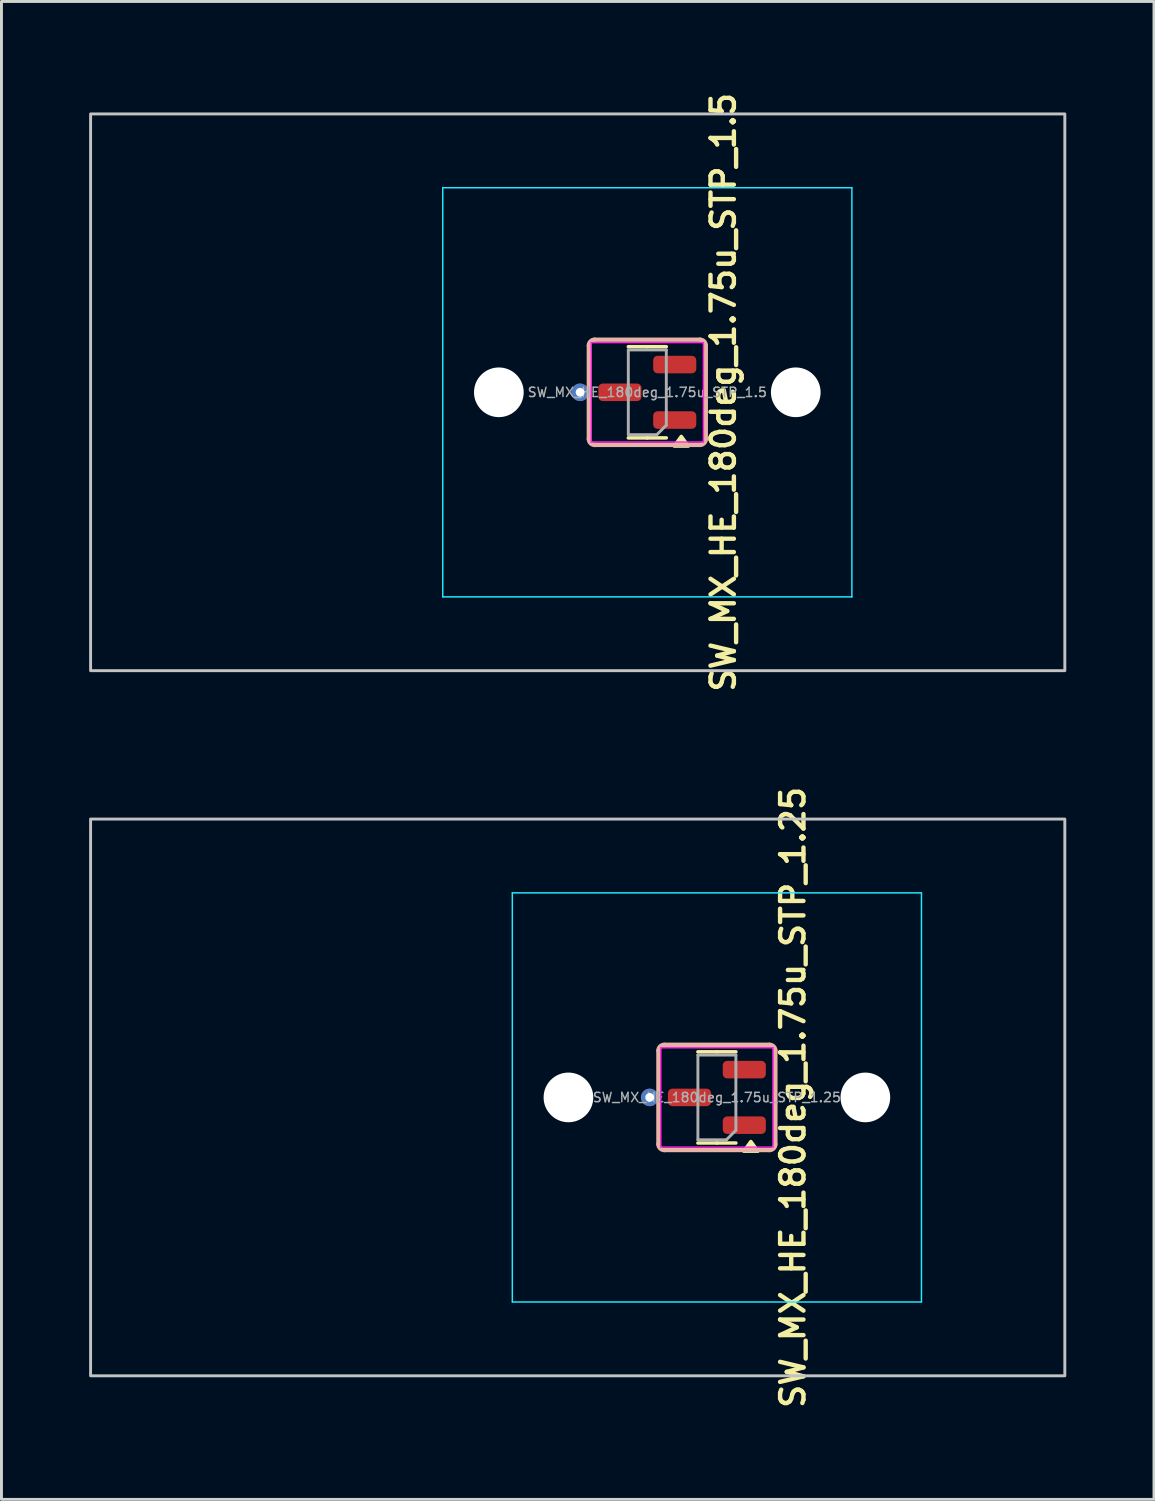
<source format=kicad_pcb>
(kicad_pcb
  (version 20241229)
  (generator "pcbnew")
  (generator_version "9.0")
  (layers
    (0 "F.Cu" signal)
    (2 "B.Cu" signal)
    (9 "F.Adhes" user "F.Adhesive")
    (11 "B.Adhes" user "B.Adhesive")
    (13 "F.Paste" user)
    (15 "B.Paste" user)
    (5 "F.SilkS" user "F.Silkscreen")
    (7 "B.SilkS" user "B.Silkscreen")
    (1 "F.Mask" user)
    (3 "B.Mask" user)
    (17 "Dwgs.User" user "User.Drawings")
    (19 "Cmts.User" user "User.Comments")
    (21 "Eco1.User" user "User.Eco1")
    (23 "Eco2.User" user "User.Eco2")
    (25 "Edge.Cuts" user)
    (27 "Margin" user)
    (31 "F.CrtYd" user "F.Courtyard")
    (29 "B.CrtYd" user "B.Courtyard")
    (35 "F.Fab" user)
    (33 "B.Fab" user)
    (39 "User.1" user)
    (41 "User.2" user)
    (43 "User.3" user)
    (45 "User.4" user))
  (footprint "SW_MX_HE_180deg_1.75u_STP_1.25"
    (layer "F.Cu")
    (at 21.481 34.502)
    (property "Reference" "SW_MX_HE_180deg_1.75u_STP_1.25" (at 2.6 0 90) (layer "F.SilkS") (effects (font (size 0.8 0.8) (thickness 0.15))))
    (attr smd)
    (fp_line (start 0 -1.56) (end -0.65 -1.56) (stroke (width 0.12) (type solid)) (layer "F.SilkS"))
    (fp_line (start 0 -1.56) (end 0.65 -1.56) (stroke (width 0.12) (type solid)) (layer "F.SilkS"))
    (fp_line (start 0 1.56) (end -0.65 1.56) (stroke (width 0.12) (type solid)) (layer "F.SilkS"))
    (fp_line (start 0 1.56) (end 0.65 1.56) (stroke (width 0.12) (type solid)) (layer "F.SilkS"))
    (fp_poly (pts (xy 1.163 1.51) (xy 1.403 1.84) (xy 0.922 1.84) (xy 1.163 1.51)) (stroke (width 0.12) (type solid)) (fill yes) (layer "F.SilkS"))
    (fp_line (start -2 -1.6) (end -2 1.6) (stroke (width 0.15) (type default)) (layer "B.SilkS"))
    (fp_line (start -1.8 1.8) (end 1.8 1.8) (stroke (width 0.15) (type default)) (layer "B.SilkS"))
    (fp_line (start 1.8 -1.8) (end -1.8 -1.8) (stroke (width 0.15) (type default)) (layer "B.SilkS"))
    (fp_line (start 2 1.6) (end 2 -1.6) (stroke (width 0.15) (type default)) (layer "B.SilkS"))
    (fp_arc (start -2 -1.6) (mid -1.941421 -1.741421) (end -1.8 -1.8) (stroke (width 0.15) (type default)) (layer "B.SilkS"))
    (fp_arc (start -1.8 1.8) (mid -1.941421 1.741421) (end -2 1.6) (stroke (width 0.15) (type default)) (layer "B.SilkS"))
    (fp_arc (start 1.8 -1.8) (mid 1.941421 -1.741421) (end 2 -1.6) (stroke (width 0.15) (type default)) (layer "B.SilkS"))
    (fp_arc (start 2 1.6) (mid 1.941421 1.741421) (end 1.8 1.8) (stroke (width 0.15) (type default)) (layer "B.SilkS"))
    (fp_rect (start -21.431 -9.525) (end 11.906 9.525) (stroke (width 0.1) (type default)) (fill no) (layer "Dwgs.User"))
    (fp_line (start -7 6.5) (end -7 -6.5) (stroke (width 0.05) (type solid)) (layer "Eco2.User"))
    (fp_line (start -6.5 -7) (end 6.5 -7) (stroke (width 0.05) (type solid)) (layer "Eco2.User"))
    (fp_line (start 6.5 7) (end -6.5 7) (stroke (width 0.05) (type solid)) (layer "Eco2.User"))
    (fp_line (start 7 -6.5) (end 7 6.5) (stroke (width 0.05) (type solid)) (layer "Eco2.User"))
    (fp_arc (start -7 -6.5) (mid -6.853553 -6.853553) (end -6.5 -7) (stroke (width 0.05) (type solid)) (layer "Eco2.User"))
    (fp_arc (start -6.5 7) (mid -6.853553 6.853553) (end -7 6.5) (stroke (width 0.05) (type solid)) (layer "Eco2.User"))
    (fp_arc (start 6.5 -7) (mid 6.853553 -6.853553) (end 7 -6.5) (stroke (width 0.05) (type solid)) (layer "Eco2.User"))
    (fp_arc (start 6.997236 6.498884) (mid 6.850789 6.852437) (end 6.497236 6.998884) (stroke (width 0.05) (type solid)) (layer "Eco2.User"))
    (fp_line (start -7 -7) (end -7 7) (stroke (width 0.05) (type solid)) (layer "B.CrtYd"))
    (fp_line (start -7 7) (end 7 7) (stroke (width 0.05) (type solid)) (layer "B.CrtYd"))
    (fp_line (start 7 -7) (end -7 -7) (stroke (width 0.05) (type solid)) (layer "B.CrtYd"))
    (fp_line (start 7 7) (end 7 -7) (stroke (width 0.05) (type solid)) (layer "B.CrtYd"))
    (fp_line (start -1.92 -1.7) (end -1.92 1.7) (stroke (width 0.05) (type solid)) (layer "F.CrtYd"))
    (fp_line (start -1.92 1.7) (end 1.92 1.7) (stroke (width 0.05) (type solid)) (layer "F.CrtYd"))
    (fp_line (start 1.92 -1.7) (end -1.92 -1.7) (stroke (width 0.05) (type solid)) (layer "F.CrtYd"))
    (fp_line (start 1.92 1.7) (end 1.92 -1.7) (stroke (width 0.05) (type solid)) (layer "F.CrtYd"))
    (fp_line (start -0.65 -1.45) (end 0.65 -1.45) (stroke (width 0.1) (type solid)) (layer "F.Fab"))
    (fp_line (start -0.65 1.45) (end -0.65 -1.45) (stroke (width 0.1) (type solid)) (layer "F.Fab"))
    (fp_line (start 0.325 1.45) (end -0.65 1.45) (stroke (width 0.1) (type solid)) (layer "F.Fab"))
    (fp_line (start 0.65 -1.45) (end 0.65 1.125) (stroke (width 0.1) (type solid)) (layer "F.Fab"))
    (fp_line (start 0.65 1.125) (end 0.325 1.45) (stroke (width 0.1) (type solid)) (layer "F.Fab"))
    (fp_text user "${REFERENCE}" (at 0 0 180) (layer "F.Fab") (effects (font (size 0.32 0.32) (thickness 0.05))))
    (pad "" np_thru_hole circle (at -5.08 0) (size 1.7 1.7) (drill 1.7) (layers "*.Cu" "*.Mask"))
    (pad "" np_thru_hole circle (at 5.08 0) (size 1.7 1.7) (drill 1.7) (layers "*.Cu" "*.Mask"))
    (pad "1" smd roundrect (at 0.938 0.95 180) (size 1.475 0.6) (layers "F.Cu" "F.Mask" "F.Paste") (roundrect_rratio 0.25))
    (pad "2" smd roundrect (at 0.938 -0.95 180) (size 1.475 0.6) (layers "F.Cu" "F.Mask" "F.Paste") (roundrect_rratio 0.25))
    (pad "3" thru_hole circle (at -2.3 0 180) (size 0.6 0.6) (drill 0.3) (layers "*.Cu"))
    (pad "3" smd roundrect (at -0.938 0 180) (size 1.475 0.6) (layers "F.Cu" "F.Mask" "F.Paste") (roundrect_rratio 0.25))
    (zone (net_name "") (layer "F.Cu") (name "HE keepout_bot") (hatch edge 0.5) (connect_pads) (min_thickness 0.25) (filled_areas_thickness no) (keepout (tracks allowed) (vias allowed) (pads allowed) (copperpour not_allowed) (footprints allowed)) (placement (enabled no)) (fill) (polygon (pts (arc (start 19.48125 36.101675) (mid 19.539829 36.243096) (end 19.68125 36.301675)) (arc (start 23.28125 36.301675) (mid 23.422671 36.243096) (end 23.48125 36.101675)) (arc (start 23.48125 32.901675) (mid 23.422671 32.760254) (end 23.28125 32.701675)) (arc (start 19.68125 32.701675) (mid 19.539829 32.760254) (end 19.48125 32.901675)) (arc (start 19.48125 34.001675) (mid 19.539829 34.143096) (end 19.68125 34.201675)) (arc (start 21.08125 34.201675) (mid 21.222671 34.260254) (end 21.28125 34.401675)) (arc (start 21.28125 34.601675) (mid 21.222671 34.743096) (end 21.08125 34.801675)) (arc (start 19.68125 34.801675) (mid 19.539829 34.860254) (end 19.48125 35.001675)))))
    (zone (net_name "") (layer "In1.Cu") (name "HE keepout_top") (hatch edge 0.5) (connect_pads) (min_thickness 0.25) (filled_areas_thickness no) (keepout (tracks allowed) (vias allowed) (pads allowed) (copperpour not_allowed) (footprints allowed)) (placement (enabled no)) (fill) (polygon (pts (arc (start 19.48125 36.101675) (mid 19.539829 36.243096) (end 19.68125 36.301675)) (arc (start 23.28125 36.301675) (mid 23.422671 36.243096) (end 23.48125 36.101675)) (arc (start 23.48125 32.901675) (mid 23.422671 32.760254) (end 23.28125 32.701675)) (arc (start 19.68125 32.701675) (mid 19.539829 32.760254) (end 19.48125 32.901675))))))
  (footprint "SW_MX_HE_180deg_1.75u_STP_1.5"
    (layer "F.Cu")
    (at 19.1 10.374)
    (property "Reference" "SW_MX_HE_180deg_1.75u_STP_1.5" (at 2.6 0 90) (layer "F.SilkS") (effects (font (size 0.8 0.8) (thickness 0.15))))
    (attr smd)
    (fp_line (start 0 -1.56) (end -0.65 -1.56) (stroke (width 0.12) (type solid)) (layer "F.SilkS"))
    (fp_line (start 0 -1.56) (end 0.65 -1.56) (stroke (width 0.12) (type solid)) (layer "F.SilkS"))
    (fp_line (start 0 1.56) (end -0.65 1.56) (stroke (width 0.12) (type solid)) (layer "F.SilkS"))
    (fp_line (start 0 1.56) (end 0.65 1.56) (stroke (width 0.12) (type solid)) (layer "F.SilkS"))
    (fp_poly (pts (xy 1.163 1.51) (xy 1.403 1.84) (xy 0.922 1.84) (xy 1.163 1.51)) (stroke (width 0.12) (type solid)) (fill yes) (layer "F.SilkS"))
    (fp_line (start -2 -1.6) (end -2 1.6) (stroke (width 0.15) (type default)) (layer "B.SilkS"))
    (fp_line (start -1.8 1.8) (end 1.8 1.8) (stroke (width 0.15) (type default)) (layer "B.SilkS"))
    (fp_line (start 1.8 -1.8) (end -1.8 -1.8) (stroke (width 0.15) (type default)) (layer "B.SilkS"))
    (fp_line (start 2 1.6) (end 2 -1.6) (stroke (width 0.15) (type default)) (layer "B.SilkS"))
    (fp_arc (start -2 -1.6) (mid -1.941421 -1.741421) (end -1.8 -1.8) (stroke (width 0.15) (type default)) (layer "B.SilkS"))
    (fp_arc (start -1.8 1.8) (mid -1.941421 1.741421) (end -2 1.6) (stroke (width 0.15) (type default)) (layer "B.SilkS"))
    (fp_arc (start 1.8 -1.8) (mid 1.941421 -1.741421) (end 2 -1.6) (stroke (width 0.15) (type default)) (layer "B.SilkS"))
    (fp_arc (start 2 1.6) (mid 1.941421 1.741421) (end 1.8 1.8) (stroke (width 0.15) (type default)) (layer "B.SilkS"))
    (fp_rect (start -19.05 -9.525) (end 14.287 9.525) (stroke (width 0.1) (type default)) (fill no) (layer "Dwgs.User"))
    (fp_line (start -7 6.5) (end -7 -6.5) (stroke (width 0.05) (type solid)) (layer "Eco2.User"))
    (fp_line (start -6.5 -7) (end 6.5 -7) (stroke (width 0.05) (type solid)) (layer "Eco2.User"))
    (fp_line (start 6.5 7) (end -6.5 7) (stroke (width 0.05) (type solid)) (layer "Eco2.User"))
    (fp_line (start 7 -6.5) (end 7 6.5) (stroke (width 0.05) (type solid)) (layer "Eco2.User"))
    (fp_arc (start -7 -6.5) (mid -6.853553 -6.853553) (end -6.5 -7) (stroke (width 0.05) (type solid)) (layer "Eco2.User"))
    (fp_arc (start -6.5 7) (mid -6.853553 6.853553) (end -7 6.5) (stroke (width 0.05) (type solid)) (layer "Eco2.User"))
    (fp_arc (start 6.5 -7) (mid 6.853553 -6.853553) (end 7 -6.5) (stroke (width 0.05) (type solid)) (layer "Eco2.User"))
    (fp_arc (start 6.997236 6.498884) (mid 6.850789 6.852437) (end 6.497236 6.998884) (stroke (width 0.05) (type solid)) (layer "Eco2.User"))
    (fp_line (start -7 -7) (end -7 7) (stroke (width 0.05) (type solid)) (layer "B.CrtYd"))
    (fp_line (start -7 7) (end 7 7) (stroke (width 0.05) (type solid)) (layer "B.CrtYd"))
    (fp_line (start 7 -7) (end -7 -7) (stroke (width 0.05) (type solid)) (layer "B.CrtYd"))
    (fp_line (start 7 7) (end 7 -7) (stroke (width 0.05) (type solid)) (layer "B.CrtYd"))
    (fp_line (start -1.92 -1.7) (end -1.92 1.7) (stroke (width 0.05) (type solid)) (layer "F.CrtYd"))
    (fp_line (start -1.92 1.7) (end 1.92 1.7) (stroke (width 0.05) (type solid)) (layer "F.CrtYd"))
    (fp_line (start 1.92 -1.7) (end -1.92 -1.7) (stroke (width 0.05) (type solid)) (layer "F.CrtYd"))
    (fp_line (start 1.92 1.7) (end 1.92 -1.7) (stroke (width 0.05) (type solid)) (layer "F.CrtYd"))
    (fp_line (start -0.65 -1.45) (end 0.65 -1.45) (stroke (width 0.1) (type solid)) (layer "F.Fab"))
    (fp_line (start -0.65 1.45) (end -0.65 -1.45) (stroke (width 0.1) (type solid)) (layer "F.Fab"))
    (fp_line (start 0.325 1.45) (end -0.65 1.45) (stroke (width 0.1) (type solid)) (layer "F.Fab"))
    (fp_line (start 0.65 -1.45) (end 0.65 1.125) (stroke (width 0.1) (type solid)) (layer "F.Fab"))
    (fp_line (start 0.65 1.125) (end 0.325 1.45) (stroke (width 0.1) (type solid)) (layer "F.Fab"))
    (fp_text user "${REFERENCE}" (at 0 0 180) (layer "F.Fab") (effects (font (size 0.32 0.32) (thickness 0.05))))
    (pad "" np_thru_hole circle (at -5.08 0) (size 1.7 1.7) (drill 1.7) (layers "*.Cu" "*.Mask"))
    (pad "" np_thru_hole circle (at 5.08 0) (size 1.7 1.7) (drill 1.7) (layers "*.Cu" "*.Mask"))
    (pad "1" smd roundrect (at 0.938 0.95 180) (size 1.475 0.6) (layers "F.Cu" "F.Mask" "F.Paste") (roundrect_rratio 0.25))
    (pad "2" smd roundrect (at 0.938 -0.95 180) (size 1.475 0.6) (layers "F.Cu" "F.Mask" "F.Paste") (roundrect_rratio 0.25))
    (pad "3" thru_hole circle (at -2.3 0 180) (size 0.6 0.6) (drill 0.3) (layers "*.Cu"))
    (pad "3" smd roundrect (at -0.938 0 180) (size 1.475 0.6) (layers "F.Cu" "F.Mask" "F.Paste") (roundrect_rratio 0.25))
    (zone (net_name "") (layer "F.Cu") (name "HE keepout_bot") (hatch edge 0.5) (connect_pads) (min_thickness 0.25) (filled_areas_thickness no) (keepout (tracks allowed) (vias allowed) (pads allowed) (copperpour not_allowed) (footprints allowed)) (placement (enabled no)) (fill) (polygon (pts (arc (start 17.1 11.973574) (mid 17.158579 12.114995) (end 17.3 12.173574)) (arc (start 20.9 12.173574) (mid 21.041421 12.114995) (end 21.1 11.973574)) (arc (start 21.1 8.773574) (mid 21.041421 8.632153) (end 20.9 8.573574)) (arc (start 17.3 8.573574) (mid 17.158579 8.632153) (end 17.1 8.773574)) (arc (start 17.1 9.873574) (mid 17.158579 10.014995) (end 17.3 10.073574)) (arc (start 18.7 10.073574) (mid 18.841421 10.132153) (end 18.9 10.273574)) (arc (start 18.9 10.473574) (mid 18.841421 10.614995) (end 18.7 10.673574)) (arc (start 17.3 10.673574) (mid 17.158579 10.732153) (end 17.1 10.873574)))))
    (zone (net_name "") (layer "In1.Cu") (name "HE keepout_top") (hatch edge 0.5) (connect_pads) (min_thickness 0.25) (filled_areas_thickness no) (keepout (tracks allowed) (vias allowed) (pads allowed) (copperpour not_allowed) (footprints allowed)) (placement (enabled no)) (fill) (polygon (pts (arc (start 17.1 11.973574) (mid 17.158579 12.114995) (end 17.3 12.173574)) (arc (start 20.9 12.173574) (mid 21.041421 12.114995) (end 21.1 11.973574)) (arc (start 21.1 8.773574) (mid 21.041421 8.632153) (end 20.9 8.573574)) (arc (start 17.3 8.573574) (mid 17.158579 8.632153) (end 17.1 8.773574))))))
  (gr_rect
    (start -3 -3)
    (end 36.438 48.256)
    (stroke (width 0.1) (type default))
    (fill no)
    (layer "Edge.Cuts")))
</source>
